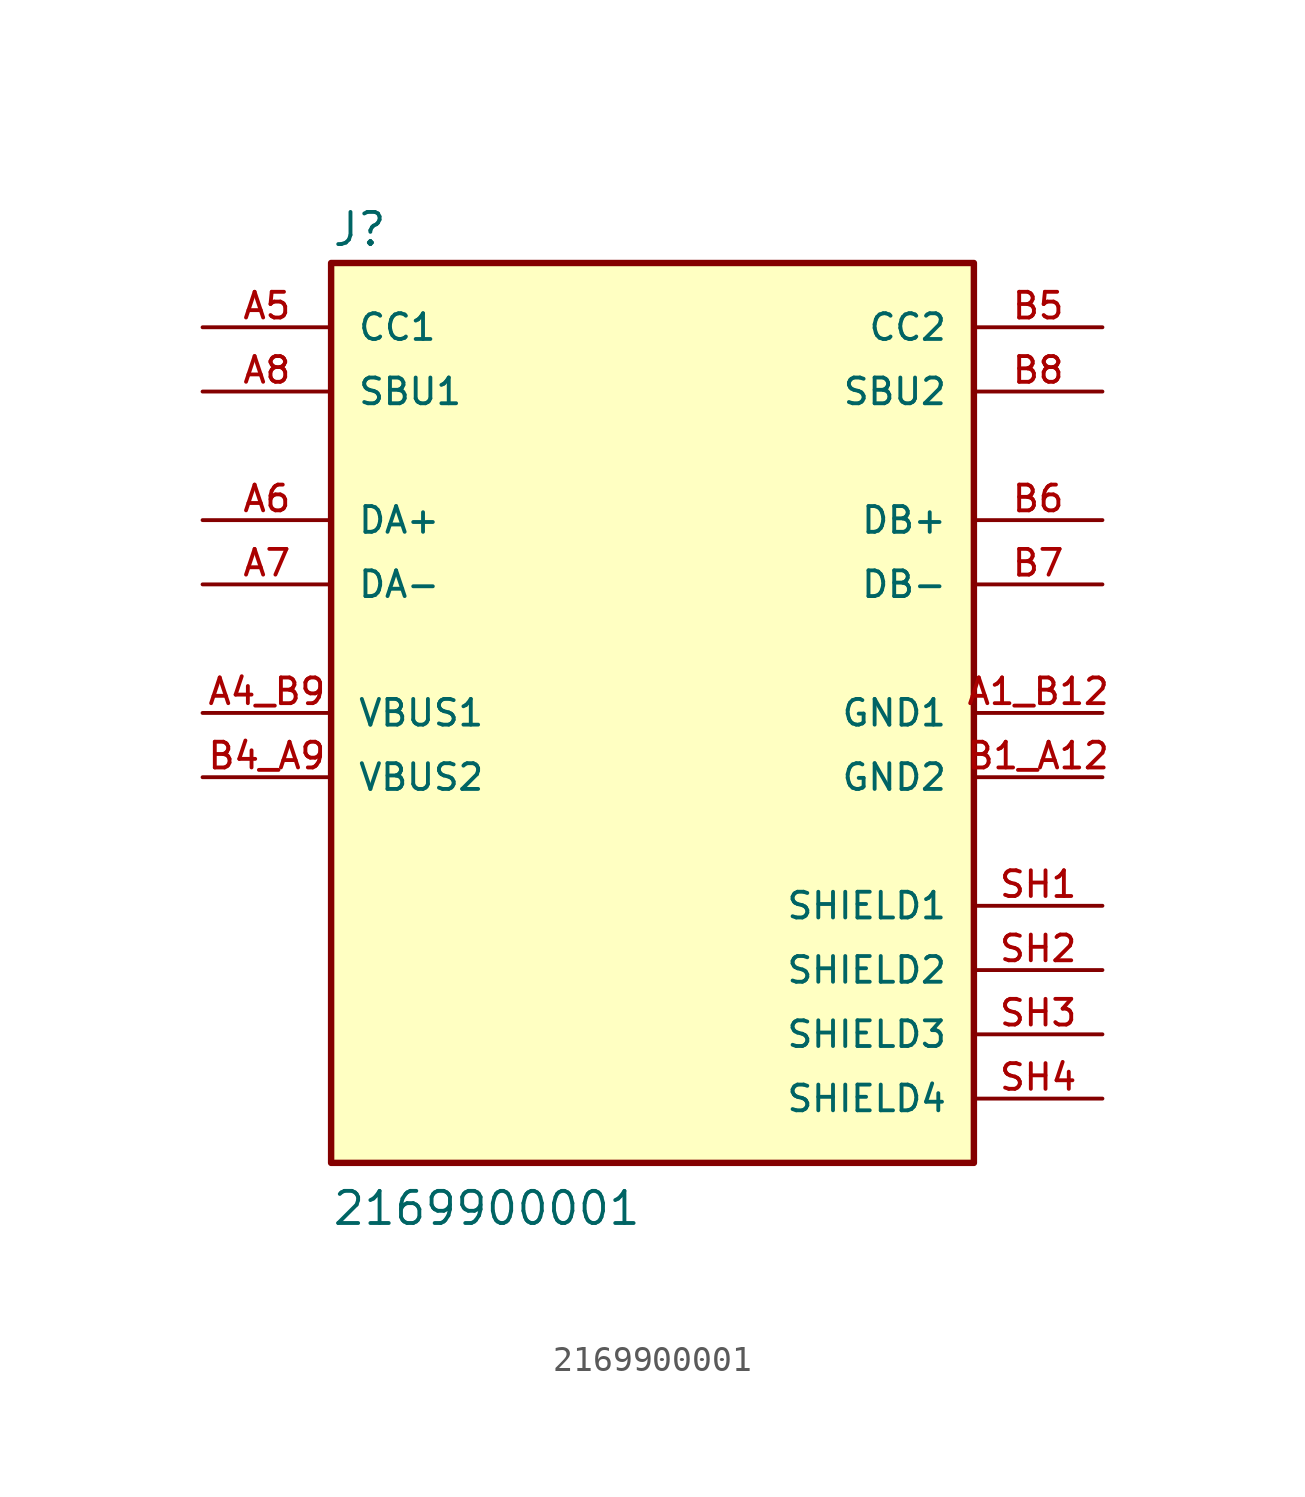
<source format=kicad_sym>
(kicad_symbol_lib
  (version 20211014)
  (generator kicad_symbol_editor)
  (symbol "2169900001"
    (pin_names
      (offset 1.016))
    (property "Reference" "J"
      (at -12.7 18.364 0)
      (effects (font (size 1.27 1.27)) (justify bottom left)))
    (property "Value" "2169900001"
      (at -12.7 -20.32 0)
      (effects (font (size 1.27 1.27)) (justify bottom left)))
    (symbol "2169900001_0_0"
      (rectangle (start -12.7 -17.78) (end 12.7 17.78) (stroke (width 0.254)) (fill (type background)))
      (pin power_in line (at 17.78 0.0 180.0) (length 5.08) (name "GND1" (effects (font (size 1.016 1.016)))) (number "A1_B12" (effects (font (size 1.016 1.016)))))
      (pin power_in line (at -17.78 0.0 0) (length 5.08) (name "VBUS1" (effects (font (size 1.016 1.016)))) (number "A4_B9" (effects (font (size 1.016 1.016)))))
      (pin bidirectional line (at -17.78 15.24 0) (length 5.08) (name "CC1" (effects (font (size 1.016 1.016)))) (number "A5" (effects (font (size 1.016 1.016)))))
      (pin bidirectional line (at -17.78 7.62 0) (length 5.08) (name "DA+" (effects (font (size 1.016 1.016)))) (number "A6" (effects (font (size 1.016 1.016)))))
      (pin bidirectional line (at -17.78 5.08 0) (length 5.08) (name "DA-" (effects (font (size 1.016 1.016)))) (number "A7" (effects (font (size 1.016 1.016)))))
      (pin bidirectional line (at -17.78 12.7 0) (length 5.08) (name "SBU1" (effects (font (size 1.016 1.016)))) (number "A8" (effects (font (size 1.016 1.016)))))
      (pin power_in line (at 17.78 -2.54 180.0) (length 5.08) (name "GND2" (effects (font (size 1.016 1.016)))) (number "B1_A12" (effects (font (size 1.016 1.016)))))
      (pin power_in line (at -17.78 -2.54 0) (length 5.08) (name "VBUS2" (effects (font (size 1.016 1.016)))) (number "B4_A9" (effects (font (size 1.016 1.016)))))
      (pin bidirectional line (at 17.78 12.7 180.0) (length 5.08) (name "SBU2" (effects (font (size 1.016 1.016)))) (number "B8" (effects (font (size 1.016 1.016)))))
      (pin bidirectional line (at 17.78 15.24 180.0) (length 5.08) (name "CC2" (effects (font (size 1.016 1.016)))) (number "B5" (effects (font (size 1.016 1.016)))))
      (pin bidirectional line (at 17.78 7.62 180.0) (length 5.08) (name "DB+" (effects (font (size 1.016 1.016)))) (number "B6" (effects (font (size 1.016 1.016)))))
      (pin bidirectional line (at 17.78 5.08 180.0) (length 5.08) (name "DB-" (effects (font (size 1.016 1.016)))) (number "B7" (effects (font (size 1.016 1.016)))))
      (pin passive line (at 17.78 -7.62 180.0) (length 5.08) (name "SHIELD1" (effects (font (size 1.016 1.016)))) (number "SH1" (effects (font (size 1.016 1.016)))))
      (pin passive line (at 17.78 -10.16 180.0) (length 5.08) (name "SHIELD2" (effects (font (size 1.016 1.016)))) (number "SH2" (effects (font (size 1.016 1.016)))))
      (pin passive line (at 17.78 -12.7 180.0) (length 5.08) (name "SHIELD3" (effects (font (size 1.016 1.016)))) (number "SH3" (effects (font (size 1.016 1.016)))))
      (pin passive line (at 17.78 -15.24 180.0) (length 5.08) (name "SHIELD4" (effects (font (size 1.016 1.016)))) (number "SH4" (effects (font (size 1.016 1.016))))))))
</source>
